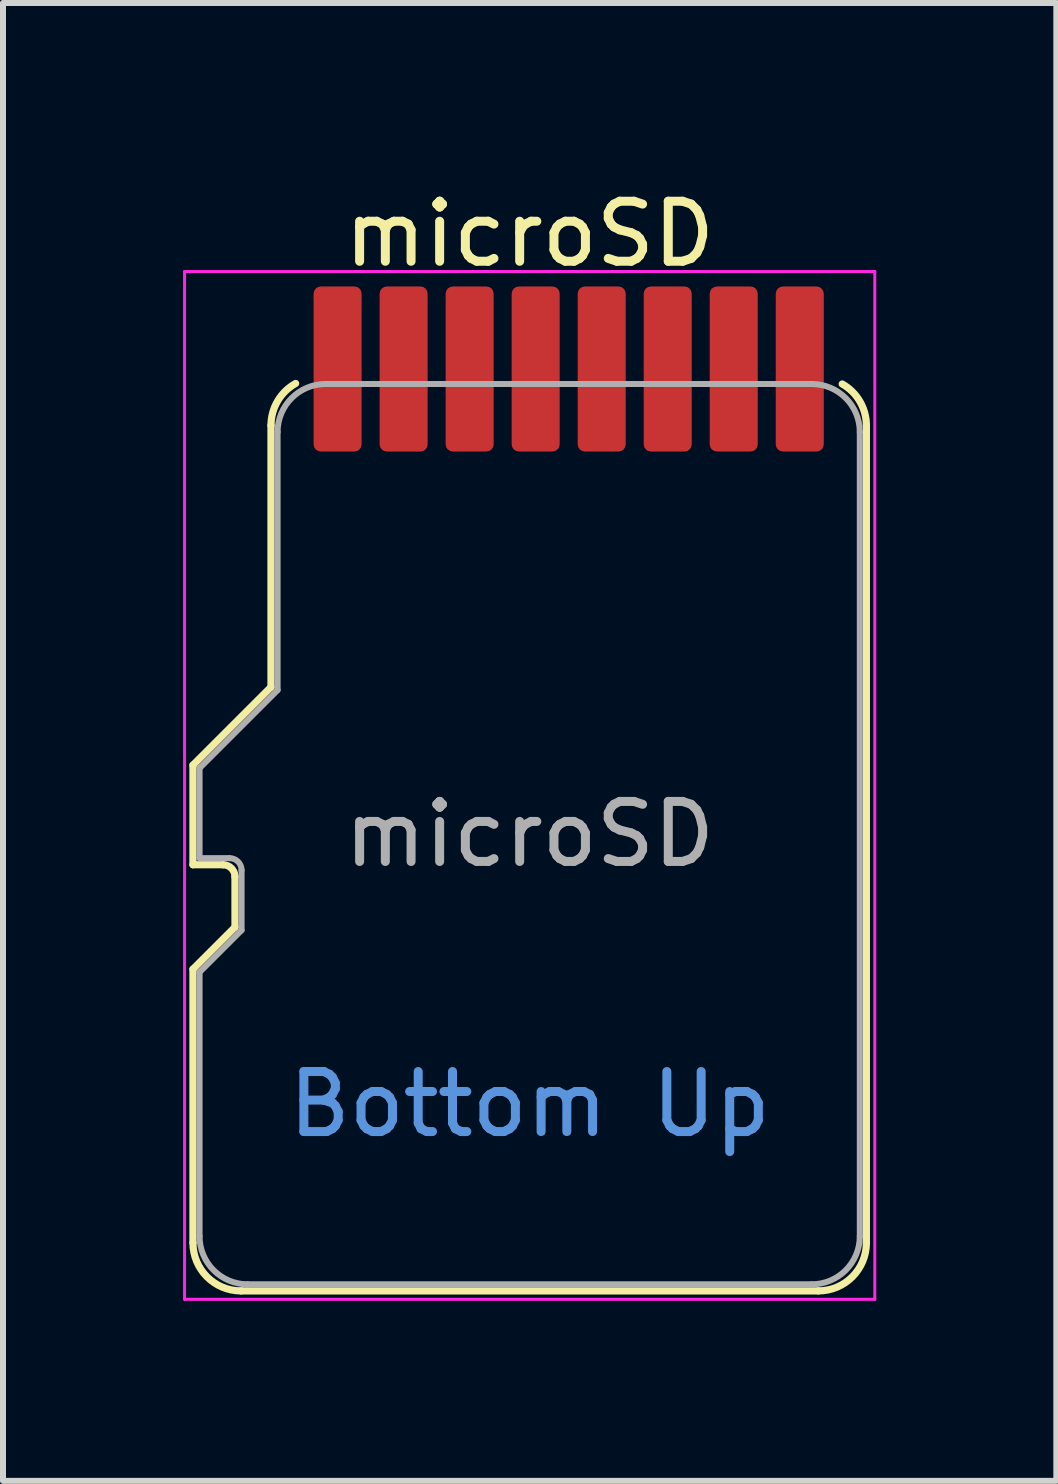
<source format=kicad_pcb>
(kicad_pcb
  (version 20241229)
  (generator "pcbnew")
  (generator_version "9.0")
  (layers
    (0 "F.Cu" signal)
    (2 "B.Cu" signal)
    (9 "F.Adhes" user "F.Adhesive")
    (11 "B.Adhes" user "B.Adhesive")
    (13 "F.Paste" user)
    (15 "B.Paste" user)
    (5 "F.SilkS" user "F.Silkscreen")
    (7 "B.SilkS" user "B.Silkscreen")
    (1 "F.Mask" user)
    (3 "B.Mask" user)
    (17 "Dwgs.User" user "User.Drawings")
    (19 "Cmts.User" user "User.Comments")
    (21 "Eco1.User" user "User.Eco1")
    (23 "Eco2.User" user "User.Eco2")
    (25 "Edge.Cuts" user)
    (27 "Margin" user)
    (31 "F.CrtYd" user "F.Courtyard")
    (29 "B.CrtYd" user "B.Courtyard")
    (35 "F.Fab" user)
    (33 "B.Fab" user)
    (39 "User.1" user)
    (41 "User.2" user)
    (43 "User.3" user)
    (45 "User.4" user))
  (footprint "microSD"
    (layer "F.Cu")
    (at 5.775 10.848)
    (property "Reference" "microSD" (at 0 -10 0) (unlocked yes) (layer "F.SilkS") (effects (font (size 1 1) (thickness 0.15))))
    (attr smd)
    (fp_line (start -5.61 -1.15) (end -5.61 0.51) (stroke (width 0.12) (type solid)) (layer "F.SilkS"))
    (fp_line (start -5.61 0.51) (end -5.11 0.51) (stroke (width 0.12) (type solid)) (layer "F.SilkS"))
    (fp_line (start -5.61 2.25) (end -5.61 6.81) (stroke (width 0.12) (type solid)) (layer "F.SilkS"))
    (fp_line (start -4.91 0.71) (end -4.91 1.55) (stroke (width 0.12) (type solid)) (layer "F.SilkS"))
    (fp_line (start -4.91 1.55) (end -5.61 2.25) (stroke (width 0.12) (type solid)) (layer "F.SilkS"))
    (fp_line (start -4.81 7.61) (end 4.81 7.61) (stroke (width 0.12) (type solid)) (layer "F.SilkS"))
    (fp_line (start -4.31 -6.81) (end -4.31 -2.45) (stroke (width 0.12) (type solid)) (layer "F.SilkS"))
    (fp_line (start -4.31 -2.45) (end -5.61 -1.15) (stroke (width 0.12) (type solid)) (layer "F.SilkS"))
    (fp_line (start 5.61 -6.81) (end 5.61 6.81) (stroke (width 0.12) (type solid)) (layer "F.SilkS"))
    (fp_arc (start -5.11 0.51) (mid -4.968579 0.568579) (end -4.91 0.71) (stroke (width 0.12) (type solid)) (layer "F.SilkS"))
    (fp_arc (start -4.81 7.61) (mid -5.375685 7.375685) (end -5.61 6.81) (stroke (width 0.12) (type solid)) (layer "F.SilkS"))
    (fp_arc (start -4.31 -6.81) (mid -4.199742 -7.215284) (end -3.899362 -7.508854) (stroke (width 0.12) (type solid)) (layer "F.SilkS"))
    (fp_arc (start 5.207409 -7.5) (mid 5.501993 -7.209431) (end 5.61 -6.81) (stroke (width 0.12) (type solid)) (layer "F.SilkS"))
    (fp_arc (start 5.61 6.81) (mid 5.375685 7.375685) (end 4.81 7.61) (stroke (width 0.12) (type solid)) (layer "F.SilkS"))
    (fp_line (start -5.75 -9.375) (end -5.75 7.75) (stroke (width 0.05) (type solid)) (layer "F.CrtYd"))
    (fp_line (start -5.75 -9.375) (end 5.75 -9.375) (stroke (width 0.05) (type solid)) (layer "F.CrtYd"))
    (fp_line (start -5.75 7.75) (end 5.75 7.75) (stroke (width 0.05) (type solid)) (layer "F.CrtYd"))
    (fp_line (start 5.75 -9.375) (end 5.75 7.75) (stroke (width 0.05) (type solid)) (layer "F.CrtYd"))
    (fp_line (start -5.5 -1.1) (end -5.5 0.4) (stroke (width 0.1) (type default)) (layer "F.Fab"))
    (fp_line (start -5.5 -1.1) (end -4.2 -2.4) (stroke (width 0.1) (type default)) (layer "F.Fab"))
    (fp_line (start -5.5 0.4) (end -5 0.4) (stroke (width 0.1) (type solid)) (layer "F.Fab"))
    (fp_line (start -5.5 2.3) (end -5.5 6.7) (stroke (width 0.1) (type solid)) (layer "F.Fab"))
    (fp_line (start -4.8 0.6) (end -4.8 1.6) (stroke (width 0.1) (type solid)) (layer "F.Fab"))
    (fp_line (start -4.8 1.6) (end -5.5 2.3) (stroke (width 0.1) (type default)) (layer "F.Fab"))
    (fp_line (start -4.7 7.5) (end 4.7 7.5) (stroke (width 0.1) (type solid)) (layer "F.Fab"))
    (fp_line (start -4.2 -6.7) (end -4.2 -2.4) (stroke (width 0.1) (type solid)) (layer "F.Fab"))
    (fp_line (start -3.4 -7.5) (end 4.7 -7.5) (stroke (width 0.1) (type solid)) (layer "F.Fab"))
    (fp_line (start 5.5 -6.7) (end 5.5 6.7) (stroke (width 0.1) (type solid)) (layer "F.Fab"))
    (fp_arc (start -5 0.4) (mid -4.858579 0.458579) (end -4.8 0.6) (stroke (width 0.1) (type default)) (layer "F.Fab"))
    (fp_arc (start -4.7 7.5) (mid -5.265685 7.265685) (end -5.5 6.7) (stroke (width 0.1) (type default)) (layer "F.Fab"))
    (fp_arc (start -4.2 -6.7) (mid -3.965685 -7.265685) (end -3.4 -7.5) (stroke (width 0.1) (type default)) (layer "F.Fab"))
    (fp_arc (start 4.7 -7.5) (mid 5.265685 -7.265685) (end 5.5 -6.7) (stroke (width 0.1) (type default)) (layer "F.Fab"))
    (fp_arc (start 5.5 6.7) (mid 5.265685 7.265685) (end 4.7 7.5) (stroke (width 0.1) (type default)) (layer "F.Fab"))
    (fp_text user "Bottom Up" (at 0 4.5 0) (unlocked yes) (layer "Cmts.User") (effects (font (size 1 1) (thickness 0.15))))
    (fp_text user "${REFERENCE}" (at 0 0 0) (unlocked yes) (layer "F.Fab") (effects (font (size 1 1) (thickness 0.15))))
    (pad "1" smd roundrect (at -3.2 -7.75) (size 0.8 2.75) (layers "F.Cu" "F.Mask" "F.Paste") (roundrect_rratio 0.15))
    (pad "2" smd roundrect (at -2.1 -7.75) (size 0.8 2.75) (layers "F.Cu" "F.Mask" "F.Paste") (roundrect_rratio 0.15))
    (pad "3" smd roundrect (at -1 -7.75) (size 0.8 2.75) (layers "F.Cu" "F.Mask" "F.Paste") (roundrect_rratio 0.15))
    (pad "4" smd roundrect (at 0.1 -7.75) (size 0.8 2.75) (layers "F.Cu" "F.Mask" "F.Paste") (roundrect_rratio 0.15))
    (pad "5" smd roundrect (at 1.2 -7.75) (size 0.8 2.75) (layers "F.Cu" "F.Mask" "F.Paste") (roundrect_rratio 0.15))
    (pad "6" smd roundrect (at 2.3 -7.75) (size 0.8 2.75) (layers "F.Cu" "F.Mask" "F.Paste") (roundrect_rratio 0.15))
    (pad "7" smd roundrect (at 3.4 -7.75) (size 0.8 2.75) (layers "F.Cu" "F.Mask" "F.Paste") (roundrect_rratio 0.15))
    (pad "8" smd roundrect (at 4.5 -7.75) (size 0.8 2.75) (layers "F.Cu" "F.Mask" "F.Paste") (roundrect_rratio 0.15)))
  (gr_rect
    (start -3 -3)
    (end 14.55 21.623)
    (stroke (width 0.1) (type default))
    (fill no)
    (layer "Edge.Cuts")))
</source>
